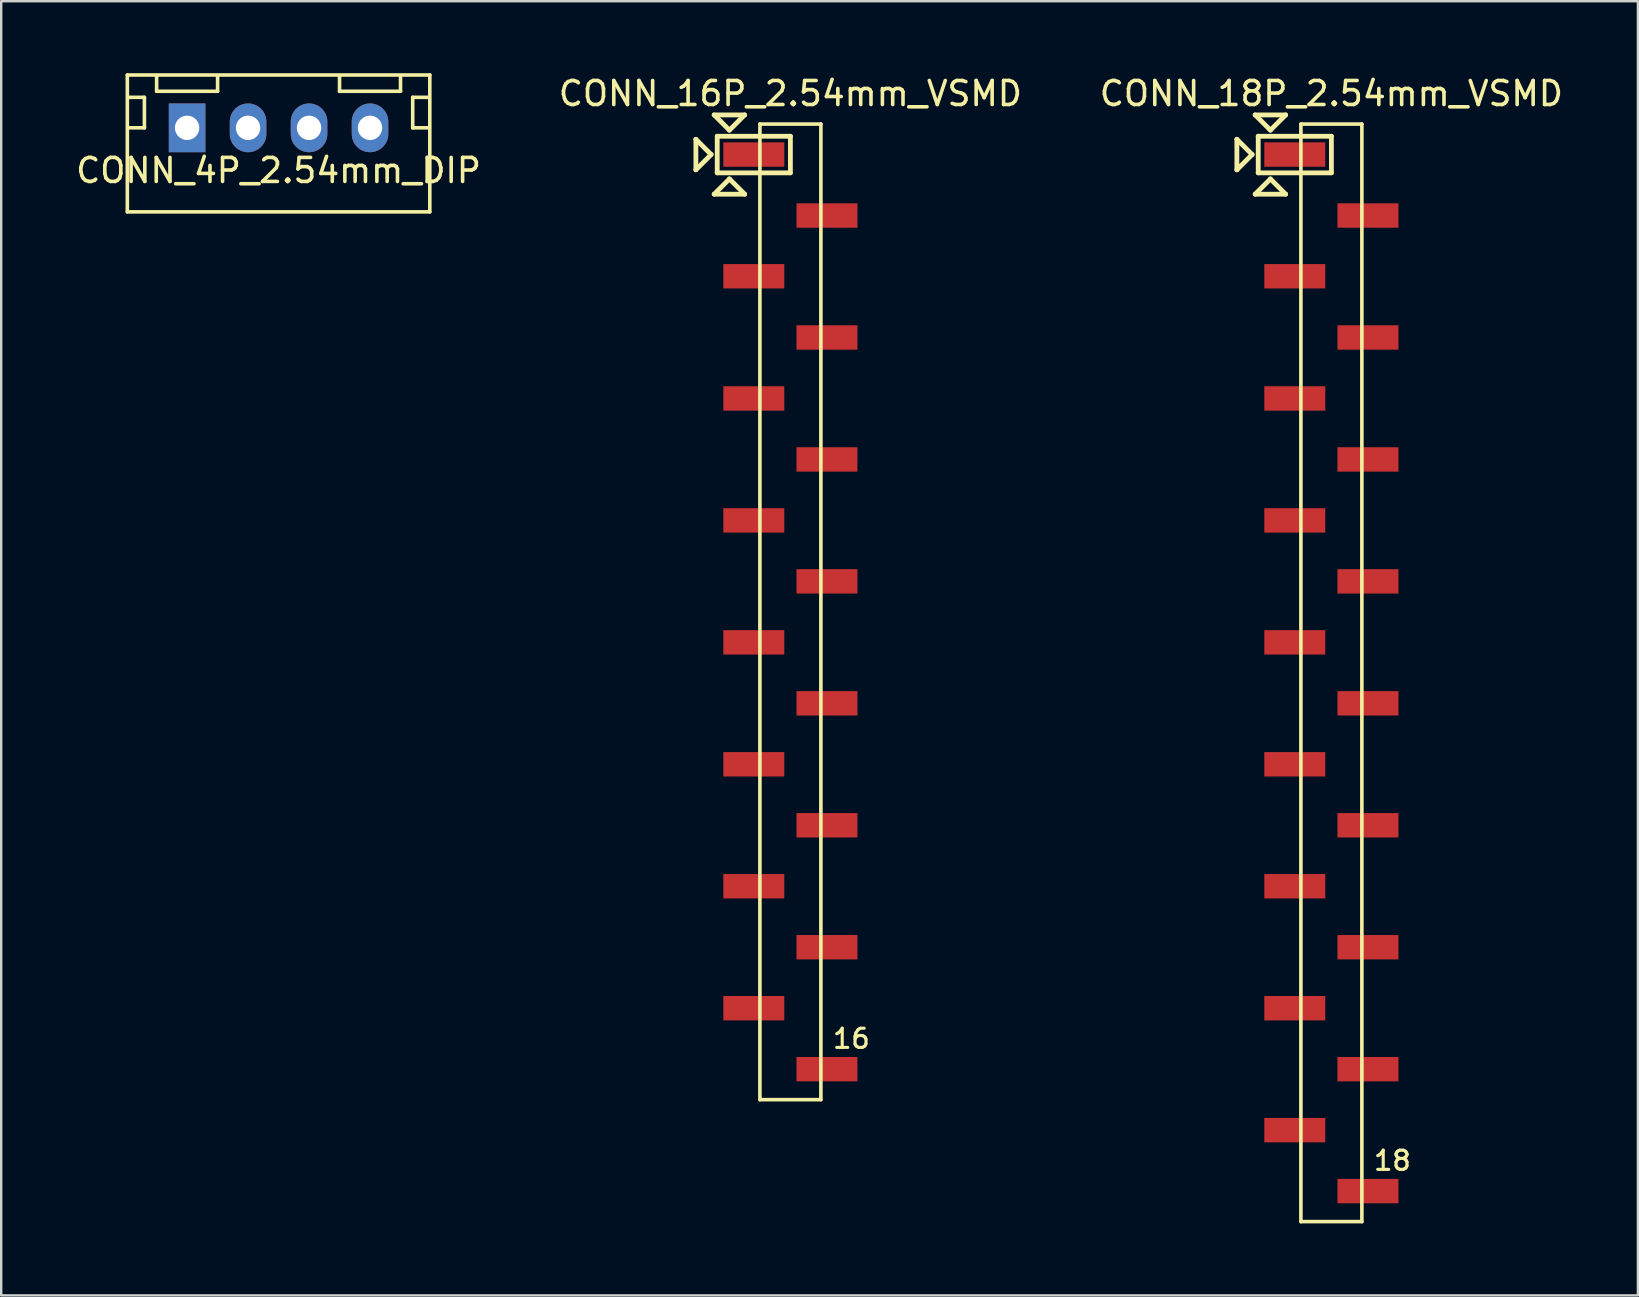
<source format=kicad_pcb>
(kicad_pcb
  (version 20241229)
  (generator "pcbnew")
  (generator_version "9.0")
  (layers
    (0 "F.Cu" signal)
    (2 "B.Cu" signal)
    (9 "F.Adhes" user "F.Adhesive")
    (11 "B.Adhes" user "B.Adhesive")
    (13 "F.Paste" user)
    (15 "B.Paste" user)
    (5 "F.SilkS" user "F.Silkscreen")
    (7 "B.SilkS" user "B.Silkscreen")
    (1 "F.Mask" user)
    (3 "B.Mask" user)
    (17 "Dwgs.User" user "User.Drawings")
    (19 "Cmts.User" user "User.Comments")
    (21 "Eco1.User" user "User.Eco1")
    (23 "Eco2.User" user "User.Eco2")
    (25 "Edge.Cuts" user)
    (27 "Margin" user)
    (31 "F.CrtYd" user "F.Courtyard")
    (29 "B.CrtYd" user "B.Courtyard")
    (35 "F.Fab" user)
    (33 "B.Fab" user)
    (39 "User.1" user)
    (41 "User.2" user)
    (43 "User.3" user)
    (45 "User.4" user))
  (footprint "CONN_4P_2.54mm_DIP"
    (layer "F.Cu")
    (at 8.554 2.275)
    (property "Reference" "CONN_4P_2.54mm_DIP" (at 0 1.778 0) (layer "F.SilkS") (effects (font (size 1 1) (thickness 0.15))))
    (attr through_hole)
    (fp_line (start -6.3 -2.2) (end -6.3 3.5) (stroke (width 0.15) (type solid)) (layer "F.SilkS"))
    (fp_line (start -6.3 3.5) (end 6.3 3.5) (stroke (width 0.15) (type solid)) (layer "F.SilkS"))
    (fp_line (start -6.223 0) (end -5.588 0) (stroke (width 0.15) (type solid)) (layer "F.SilkS"))
    (fp_line (start -5.588 -1.27) (end -6.223 -1.27) (stroke (width 0.15) (type solid)) (layer "F.SilkS"))
    (fp_line (start -5.588 0) (end -5.588 -1.27) (stroke (width 0.15) (type solid)) (layer "F.SilkS"))
    (fp_line (start -5.08 -2.159) (end -5.08 -1.524) (stroke (width 0.15) (type solid)) (layer "F.SilkS"))
    (fp_line (start -5.08 -1.524) (end -2.54 -1.524) (stroke (width 0.15) (type solid)) (layer "F.SilkS"))
    (fp_line (start -2.54 -1.524) (end -2.54 -2.159) (stroke (width 0.15) (type solid)) (layer "F.SilkS"))
    (fp_line (start 2.54 -2.159) (end 2.54 -1.524) (stroke (width 0.15) (type solid)) (layer "F.SilkS"))
    (fp_line (start 2.54 -1.524) (end 5.08 -1.524) (stroke (width 0.15) (type solid)) (layer "F.SilkS"))
    (fp_line (start 5.08 -1.524) (end 5.08 -2.159) (stroke (width 0.15) (type solid)) (layer "F.SilkS"))
    (fp_line (start 5.588 -1.27) (end 5.588 0) (stroke (width 0.15) (type solid)) (layer "F.SilkS"))
    (fp_line (start 5.588 0) (end 6.223 0) (stroke (width 0.15) (type solid)) (layer "F.SilkS"))
    (fp_line (start 6.223 -1.27) (end 5.588 -1.27) (stroke (width 0.15) (type solid)) (layer "F.SilkS"))
    (fp_line (start 6.3 -2.2) (end -6.3 -2.2) (stroke (width 0.15) (type solid)) (layer "F.SilkS"))
    (fp_line (start 6.3 3.5) (end 6.3 -2.2) (stroke (width 0.15) (type solid)) (layer "F.SilkS"))
    (pad "1" thru_hole rect (at -3.81 0) (size 1.524 2.032) (drill 1.016) (layers "*.Cu" "*.Mask"))
    (pad "2" thru_hole oval (at -1.27 0) (size 1.524 2.032) (drill 1.016) (layers "*.Cu" "*.Mask"))
    (pad "3" thru_hole oval (at 1.27 0) (size 1.524 2.032) (drill 1.016) (layers "*.Cu" "*.Mask"))
    (pad "4" thru_hole oval (at 3.81 0) (size 1.524 2.032) (drill 1.016) (layers "*.Cu" "*.Mask")))
  (footprint "CONN_16P_2.54mm_VSMD"
    (layer "F.Cu")
    (at 29.875 22.438)
    (property "Reference" "CONN_16P_2.54mm_VSMD" (at 0 -21.59 180) (layer "F.SilkS") (effects (font (size 1 1) (thickness 0.15))))
    (attr through_hole)
    (fp_line (start -3.937 -19.685) (end -3.302 -19.05) (stroke (width 0.2) (type solid)) (layer "F.SilkS"))
    (fp_line (start -3.937 -18.415) (end -3.937 -19.685) (stroke (width 0.2) (type solid)) (layer "F.SilkS"))
    (fp_line (start -3.302 -19.05) (end -3.937 -18.415) (stroke (width 0.2) (type solid)) (layer "F.SilkS"))
    (fp_line (start -3.175 -20.701) (end -1.905 -20.701) (stroke (width 0.2) (type solid)) (layer "F.SilkS"))
    (fp_line (start -3.175 -17.399) (end -2.54 -18.034) (stroke (width 0.2) (type solid)) (layer "F.SilkS"))
    (fp_line (start -3.048 -19.812) (end 0 -19.812) (stroke (width 0.2) (type solid)) (layer "F.SilkS"))
    (fp_line (start -3.048 -18.288) (end -3.048 -19.812) (stroke (width 0.2) (type solid)) (layer "F.SilkS"))
    (fp_line (start -2.54 -20.066) (end -3.175 -20.701) (stroke (width 0.2) (type solid)) (layer "F.SilkS"))
    (fp_line (start -2.54 -18.034) (end -1.905 -17.399) (stroke (width 0.2) (type solid)) (layer "F.SilkS"))
    (fp_line (start -1.905 -20.701) (end -2.54 -20.066) (stroke (width 0.2) (type solid)) (layer "F.SilkS"))
    (fp_line (start -1.904 -17.399) (end -3.175 -17.399) (stroke (width 0.2) (type solid)) (layer "F.SilkS"))
    (fp_line (start -1.27 -20.32) (end 1.27 -20.32) (stroke (width 0.15) (type solid)) (layer "F.SilkS"))
    (fp_line (start -1.27 20.32) (end -1.27 -20.32) (stroke (width 0.15) (type solid)) (layer "F.SilkS"))
    (fp_line (start 0 -19.812) (end 0 -18.288) (stroke (width 0.2) (type solid)) (layer "F.SilkS"))
    (fp_line (start 0 -18.288) (end -3.048 -18.288) (stroke (width 0.2) (type solid)) (layer "F.SilkS"))
    (fp_line (start 1.27 -20.32) (end 1.27 20.32) (stroke (width 0.15) (type solid)) (layer "F.SilkS"))
    (fp_line (start 1.27 20.32) (end -1.27 20.32) (stroke (width 0.15) (type solid)) (layer "F.SilkS"))
    (fp_text user "16" (at 2.54 17.78 0) (layer "F.SilkS") (effects (font (size 0.8 0.8) (thickness 0.13))))
    (pad "1" smd rect (at -1.524 -19.05) (size 2.54 1.016) (layers "F.Cu" "F.Mask" "F.Paste"))
    (pad "2" smd rect (at 1.524 -16.51) (size 2.54 1.016) (layers "F.Cu" "F.Mask" "F.Paste"))
    (pad "3" smd rect (at -1.524 -13.98) (size 2.54 1.016) (layers "F.Cu" "F.Mask" "F.Paste"))
    (pad "4" smd rect (at 1.524 -11.43) (size 2.54 1.016) (layers "F.Cu" "F.Mask" "F.Paste"))
    (pad "5" smd rect (at -1.524 -8.89) (size 2.54 1.016) (layers "F.Cu" "F.Mask" "F.Paste"))
    (pad "6" smd rect (at 1.524 -6.35) (size 2.54 1.016) (layers "F.Cu" "F.Mask" "F.Paste"))
    (pad "7" smd rect (at -1.524 -3.81) (size 2.54 1.016) (layers "F.Cu" "F.Mask" "F.Paste"))
    (pad "8" smd rect (at 1.524 -1.27) (size 2.54 1.016) (layers "F.Cu" "F.Mask" "F.Paste"))
    (pad "9" smd rect (at -1.524 1.27) (size 2.54 1.016) (layers "F.Cu" "F.Mask" "F.Paste"))
    (pad "10" smd rect (at 1.524 3.81) (size 2.54 1.016) (layers "F.Cu" "F.Mask" "F.Paste"))
    (pad "11" smd rect (at -1.524 6.35) (size 2.54 1.016) (layers "F.Cu" "F.Mask" "F.Paste"))
    (pad "12" smd rect (at 1.524 8.89) (size 2.54 1.016) (layers "F.Cu" "F.Mask" "F.Paste"))
    (pad "13" smd rect (at -1.524 11.43) (size 2.54 1.016) (layers "F.Cu" "F.Mask" "F.Paste"))
    (pad "14" smd rect (at 1.524 13.97) (size 2.54 1.016) (layers "F.Cu" "F.Mask" "F.Paste"))
    (pad "15" smd rect (at -1.524 16.51) (size 2.54 1.016) (layers "F.Cu" "F.Mask" "F.Paste"))
    (pad "16" smd rect (at 1.524 19.05) (size 2.54 1.016) (layers "F.Cu" "F.Mask" "F.Paste")))
  (footprint "CONN_18P_2.54mm_VSMD"
    (layer "F.Cu")
    (at 52.411 24.978)
    (property "Reference" "CONN_18P_2.54mm_VSMD" (at 0 -24.13 180) (layer "F.SilkS") (effects (font (size 1 1) (thickness 0.15))))
    (attr through_hole)
    (fp_line (start -3.937 -22.225) (end -3.302 -21.59) (stroke (width 0.2) (type solid)) (layer "F.SilkS"))
    (fp_line (start -3.937 -20.955) (end -3.937 -22.225) (stroke (width 0.2) (type solid)) (layer "F.SilkS"))
    (fp_line (start -3.302 -21.59) (end -3.937 -20.955) (stroke (width 0.2) (type solid)) (layer "F.SilkS"))
    (fp_line (start -3.175 -23.241) (end -1.905 -23.241) (stroke (width 0.2) (type solid)) (layer "F.SilkS"))
    (fp_line (start -3.175 -19.939) (end -2.54 -20.574) (stroke (width 0.2) (type solid)) (layer "F.SilkS"))
    (fp_line (start -3.048 -22.352) (end 0 -22.352) (stroke (width 0.2) (type solid)) (layer "F.SilkS"))
    (fp_line (start -3.048 -20.828) (end -3.048 -22.352) (stroke (width 0.2) (type solid)) (layer "F.SilkS"))
    (fp_line (start -2.54 -22.606) (end -3.175 -23.241) (stroke (width 0.2) (type solid)) (layer "F.SilkS"))
    (fp_line (start -2.54 -20.574) (end -1.905 -19.939) (stroke (width 0.2) (type solid)) (layer "F.SilkS"))
    (fp_line (start -1.905 -23.241) (end -2.54 -22.606) (stroke (width 0.2) (type solid)) (layer "F.SilkS"))
    (fp_line (start -1.904 -19.939) (end -3.174 -19.939) (stroke (width 0.2) (type solid)) (layer "F.SilkS"))
    (fp_line (start -1.27 -22.86) (end 1.27 -22.86) (stroke (width 0.15) (type solid)) (layer "F.SilkS"))
    (fp_line (start -1.27 22.86) (end -1.27 -22.86) (stroke (width 0.15) (type solid)) (layer "F.SilkS"))
    (fp_line (start 0 -22.352) (end 0 -20.828) (stroke (width 0.2) (type solid)) (layer "F.SilkS"))
    (fp_line (start 0 -20.828) (end -3.048 -20.828) (stroke (width 0.2) (type solid)) (layer "F.SilkS"))
    (fp_line (start 1.27 -22.86) (end 1.27 22.86) (stroke (width 0.15) (type solid)) (layer "F.SilkS"))
    (fp_line (start 1.27 22.86) (end -1.27 22.86) (stroke (width 0.15) (type solid)) (layer "F.SilkS"))
    (fp_text user "18" (at 2.54 20.32 0) (layer "F.SilkS") (effects (font (size 0.8 0.8) (thickness 0.13))))
    (pad "1" smd rect (at -1.524 -21.59) (size 2.54 1.016) (layers "F.Cu" "F.Mask" "F.Paste"))
    (pad "2" smd rect (at 1.524 -19.05) (size 2.54 1.016) (layers "F.Cu" "F.Mask" "F.Paste"))
    (pad "3" smd rect (at -1.524 -16.52) (size 2.54 1.016) (layers "F.Cu" "F.Mask" "F.Paste"))
    (pad "4" smd rect (at 1.524 -13.97) (size 2.54 1.016) (layers "F.Cu" "F.Mask" "F.Paste"))
    (pad "5" smd rect (at -1.524 -11.43) (size 2.54 1.016) (layers "F.Cu" "F.Mask" "F.Paste"))
    (pad "6" smd rect (at 1.524 -8.89) (size 2.54 1.016) (layers "F.Cu" "F.Mask" "F.Paste"))
    (pad "7" smd rect (at -1.524 -6.35) (size 2.54 1.016) (layers "F.Cu" "F.Mask" "F.Paste"))
    (pad "8" smd rect (at 1.524 -3.81) (size 2.54 1.016) (layers "F.Cu" "F.Mask" "F.Paste"))
    (pad "9" smd rect (at -1.524 -1.27) (size 2.54 1.016) (layers "F.Cu" "F.Mask" "F.Paste"))
    (pad "10" smd rect (at 1.524 1.27) (size 2.54 1.016) (layers "F.Cu" "F.Mask" "F.Paste"))
    (pad "11" smd rect (at -1.524 3.81) (size 2.54 1.016) (layers "F.Cu" "F.Mask" "F.Paste"))
    (pad "12" smd rect (at 1.524 6.35) (size 2.54 1.016) (layers "F.Cu" "F.Mask" "F.Paste"))
    (pad "13" smd rect (at -1.524 8.89) (size 2.54 1.016) (layers "F.Cu" "F.Mask" "F.Paste"))
    (pad "14" smd rect (at 1.524 11.43) (size 2.54 1.016) (layers "F.Cu" "F.Mask" "F.Paste"))
    (pad "15" smd rect (at -1.524 13.97) (size 2.54 1.016) (layers "F.Cu" "F.Mask" "F.Paste"))
    (pad "16" smd rect (at 1.524 16.51) (size 2.54 1.016) (layers "F.Cu" "F.Mask" "F.Paste"))
    (pad "17" smd rect (at -1.524 19.05) (size 2.54 1.016) (layers "F.Cu" "F.Mask" "F.Paste"))
    (pad "18" smd rect (at 1.524 21.59) (size 2.54 1.016) (layers "F.Cu" "F.Mask" "F.Paste")))
  (gr_rect
    (start -3 -3)
    (end 65.179 50.913)
    (stroke (width 0.1) (type default))
    (fill no)
    (layer "Edge.Cuts")))
</source>
